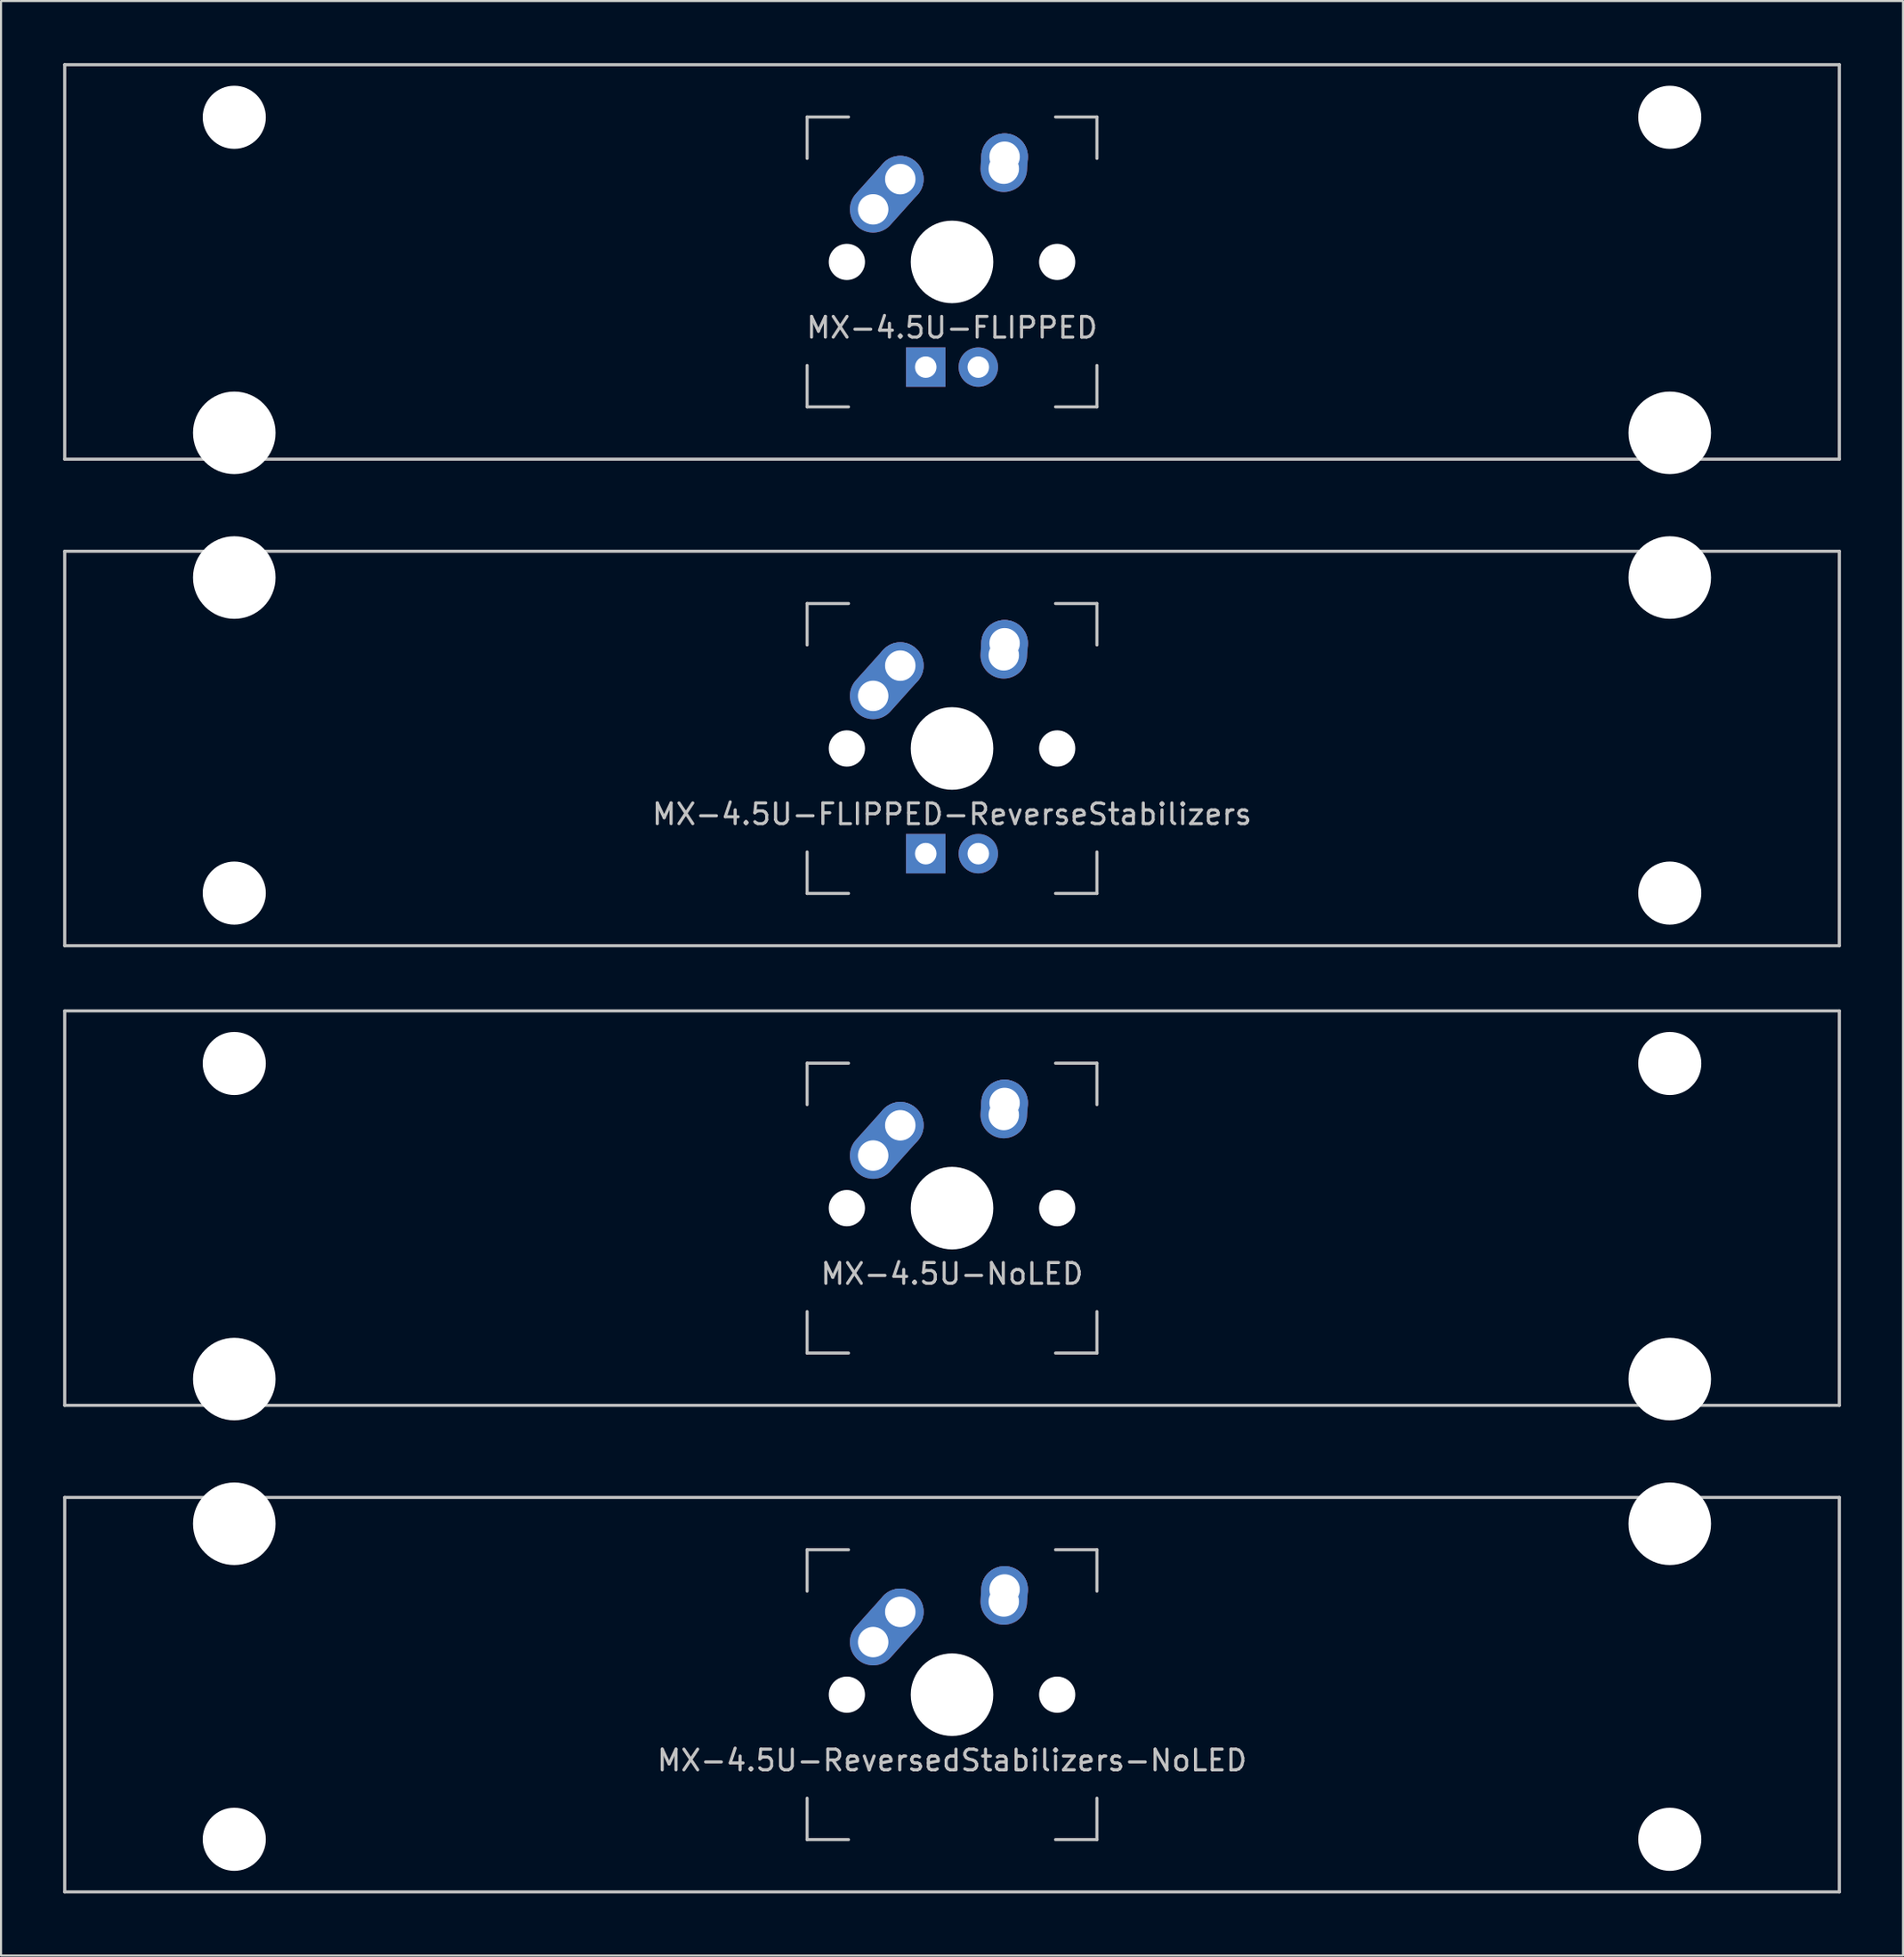
<source format=kicad_pcb>
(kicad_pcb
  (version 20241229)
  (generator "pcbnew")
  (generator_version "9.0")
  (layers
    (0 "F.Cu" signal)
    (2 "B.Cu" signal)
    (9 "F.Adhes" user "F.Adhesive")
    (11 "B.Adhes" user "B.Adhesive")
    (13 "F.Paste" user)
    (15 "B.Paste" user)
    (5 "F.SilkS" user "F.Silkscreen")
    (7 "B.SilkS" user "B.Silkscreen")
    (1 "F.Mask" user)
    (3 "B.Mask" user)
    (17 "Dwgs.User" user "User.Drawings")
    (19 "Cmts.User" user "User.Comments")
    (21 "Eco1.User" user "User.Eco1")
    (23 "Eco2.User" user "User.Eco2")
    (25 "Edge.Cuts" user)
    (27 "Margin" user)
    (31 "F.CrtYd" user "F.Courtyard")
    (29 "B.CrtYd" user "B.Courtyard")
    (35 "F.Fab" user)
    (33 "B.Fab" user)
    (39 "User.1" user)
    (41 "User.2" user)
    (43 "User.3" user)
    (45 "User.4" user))
  (footprint "MX-4.5U-ReversedStabilizers-NoLED"
    (layer "F.Cu")
    (at 42.938 78.796)
    (property "Reference" "MX-4.5U-ReversedStabilizers-NoLED" (at 0 3.175 0) (layer "Dwgs.User") (effects (font (size 1 1) (thickness 0.15))))
    (attr through_hole)
    (fp_line (start -42.862 -9.525) (end 42.862 -9.525) (stroke (width 0.15) (type solid)) (layer "Dwgs.User"))
    (fp_line (start -42.862 9.525) (end -42.862 -9.525) (stroke (width 0.15) (type solid)) (layer "Dwgs.User"))
    (fp_line (start -42.862 9.525) (end 42.862 9.525) (stroke (width 0.15) (type solid)) (layer "Dwgs.User"))
    (fp_line (start -7 -7) (end -7 -5) (stroke (width 0.15) (type solid)) (layer "Dwgs.User"))
    (fp_line (start -7 5) (end -7 7) (stroke (width 0.15) (type solid)) (layer "Dwgs.User"))
    (fp_line (start -7 7) (end -5 7) (stroke (width 0.15) (type solid)) (layer "Dwgs.User"))
    (fp_line (start -5 -7) (end -7 -7) (stroke (width 0.15) (type solid)) (layer "Dwgs.User"))
    (fp_line (start 5 -7) (end 7 -7) (stroke (width 0.15) (type solid)) (layer "Dwgs.User"))
    (fp_line (start 5 7) (end 7 7) (stroke (width 0.15) (type solid)) (layer "Dwgs.User"))
    (fp_line (start 7 -7) (end 7 -5) (stroke (width 0.15) (type solid)) (layer "Dwgs.User"))
    (fp_line (start 7 7) (end 7 5) (stroke (width 0.15) (type solid)) (layer "Dwgs.User"))
    (fp_line (start 42.862 -9.525) (end 42.862 9.525) (stroke (width 0.15) (type solid)) (layer "Dwgs.User"))
    (pad "" np_thru_hole circle (at -34.671 -8.255 180) (size 3.988 3.988) (drill 3.988) (layers "*.Cu" "*.Mask"))
    (pad "" np_thru_hole circle (at -34.671 6.985 180) (size 3.048 3.048) (drill 3.048) (layers "*.Cu" "*.Mask"))
    (pad "" np_thru_hole circle (at -5.08 0 48.1) (size 1.75 1.75) (drill 1.75) (layers "*.Cu" "*.Mask"))
    (pad "" np_thru_hole circle (at 0 0) (size 3.988 3.988) (drill 3.988) (layers "*.Cu" "*.Mask"))
    (pad "" np_thru_hole circle (at 5.08 0 48.1) (size 1.75 1.75) (drill 1.75) (layers "*.Cu" "*.Mask"))
    (pad "" np_thru_hole circle (at 34.671 -8.255 180) (size 3.988 3.988) (drill 3.988) (layers "*.Cu" "*.Mask"))
    (pad "" np_thru_hole circle (at 34.671 6.985 180) (size 3.048 3.048) (drill 3.048) (layers "*.Cu" "*.Mask"))
    (pad "1" thru_hole oval (at -3.81 -2.54 48.1) (size 4.212 2.25) (drill 1.47 (offset 0.981 0)) (layers "*.Cu" "B.Mask"))
    (pad "1" thru_hole circle (at -2.5 -4) (size 2.25 2.25) (drill 1.47) (layers "*.Cu" "B.Mask"))
    (pad "2" thru_hole oval (at 2.5 -4.5 86.055) (size 2.831 2.25) (drill 1.47 (offset 0.291 0)) (layers "*.Cu" "B.Mask"))
    (pad "2" thru_hole circle (at 2.54 -5.08) (size 2.25 2.25) (drill 1.47) (layers "*.Cu" "B.Mask")))
  (footprint "MX-4.5U-FLIPPED"
    (layer "F.Cu")
    (at 42.938 9.6)
    (property "Reference" "MX-4.5U-FLIPPED" (at 0 3.175 0) (layer "Dwgs.User") (effects (font (size 1 1) (thickness 0.15))))
    (attr through_hole)
    (fp_line (start -42.862 -9.525) (end 42.862 -9.525) (stroke (width 0.15) (type solid)) (layer "Dwgs.User"))
    (fp_line (start -42.862 9.525) (end -42.862 -9.525) (stroke (width 0.15) (type solid)) (layer "Dwgs.User"))
    (fp_line (start -42.862 9.525) (end 42.862 9.525) (stroke (width 0.15) (type solid)) (layer "Dwgs.User"))
    (fp_line (start -7 -7) (end -7 -5) (stroke (width 0.15) (type solid)) (layer "Dwgs.User"))
    (fp_line (start -7 5) (end -7 7) (stroke (width 0.15) (type solid)) (layer "Dwgs.User"))
    (fp_line (start -7 7) (end -5 7) (stroke (width 0.15) (type solid)) (layer "Dwgs.User"))
    (fp_line (start -5 -7) (end -7 -7) (stroke (width 0.15) (type solid)) (layer "Dwgs.User"))
    (fp_line (start 5 -7) (end 7 -7) (stroke (width 0.15) (type solid)) (layer "Dwgs.User"))
    (fp_line (start 5 7) (end 7 7) (stroke (width 0.15) (type solid)) (layer "Dwgs.User"))
    (fp_line (start 7 -7) (end 7 -5) (stroke (width 0.15) (type solid)) (layer "Dwgs.User"))
    (fp_line (start 7 7) (end 7 5) (stroke (width 0.15) (type solid)) (layer "Dwgs.User"))
    (fp_line (start 42.862 -9.525) (end 42.862 9.525) (stroke (width 0.15) (type solid)) (layer "Dwgs.User"))
    (pad "" np_thru_hole circle (at -34.671 -6.985) (size 3.048 3.048) (drill 3.048) (layers "*.Cu" "*.Mask"))
    (pad "" np_thru_hole circle (at -34.671 8.255) (size 3.988 3.988) (drill 3.988) (layers "*.Cu" "*.Mask"))
    (pad "" np_thru_hole circle (at -5.08 0 48.1) (size 1.75 1.75) (drill 1.75) (layers "*.Cu" "*.Mask"))
    (pad "" np_thru_hole circle (at 0 0) (size 3.988 3.988) (drill 3.988) (layers "*.Cu" "*.Mask"))
    (pad "" np_thru_hole circle (at 5.08 0 48.1) (size 1.75 1.75) (drill 1.75) (layers "*.Cu" "*.Mask"))
    (pad "" np_thru_hole circle (at 34.671 -6.985) (size 3.048 3.048) (drill 3.048) (layers "*.Cu" "*.Mask"))
    (pad "" np_thru_hole circle (at 34.671 8.255) (size 3.988 3.988) (drill 3.988) (layers "*.Cu" "*.Mask"))
    (pad "1" thru_hole oval (at -3.81 -2.54 48.1) (size 4.212 2.25) (drill 1.47 (offset 0.981 0)) (layers "*.Cu" "B.Mask"))
    (pad "1" thru_hole circle (at -2.5 -4) (size 2.25 2.25) (drill 1.47) (layers "*.Cu" "B.Mask"))
    (pad "2" thru_hole oval (at 2.5 -4.5 86.055) (size 2.831 2.25) (drill 1.47 (offset 0.291 0)) (layers "*.Cu" "B.Mask"))
    (pad "2" thru_hole circle (at 2.54 -5.08) (size 2.25 2.25) (drill 1.47) (layers "*.Cu" "B.Mask"))
    (pad "3" thru_hole circle (at 1.27 5.08) (size 1.905 1.905) (drill 1.04) (layers "*.Cu" "B.Mask"))
    (pad "4" thru_hole rect (at -1.27 5.08) (size 1.905 1.905) (drill 1.04) (layers "*.Cu" "B.Mask")))
  (footprint "MX-4.5U-NoLED"
    (layer "F.Cu")
    (at 42.938 55.298)
    (property "Reference" "MX-4.5U-NoLED" (at 0 3.175 0) (layer "Dwgs.User") (effects (font (size 1 1) (thickness 0.15))))
    (attr through_hole)
    (fp_line (start -42.862 -9.525) (end 42.862 -9.525) (stroke (width 0.15) (type solid)) (layer "Dwgs.User"))
    (fp_line (start -42.862 9.525) (end -42.862 -9.525) (stroke (width 0.15) (type solid)) (layer "Dwgs.User"))
    (fp_line (start -42.862 9.525) (end 42.862 9.525) (stroke (width 0.15) (type solid)) (layer "Dwgs.User"))
    (fp_line (start -7 -7) (end -7 -5) (stroke (width 0.15) (type solid)) (layer "Dwgs.User"))
    (fp_line (start -7 5) (end -7 7) (stroke (width 0.15) (type solid)) (layer "Dwgs.User"))
    (fp_line (start -7 7) (end -5 7) (stroke (width 0.15) (type solid)) (layer "Dwgs.User"))
    (fp_line (start -5 -7) (end -7 -7) (stroke (width 0.15) (type solid)) (layer "Dwgs.User"))
    (fp_line (start 5 -7) (end 7 -7) (stroke (width 0.15) (type solid)) (layer "Dwgs.User"))
    (fp_line (start 5 7) (end 7 7) (stroke (width 0.15) (type solid)) (layer "Dwgs.User"))
    (fp_line (start 7 -7) (end 7 -5) (stroke (width 0.15) (type solid)) (layer "Dwgs.User"))
    (fp_line (start 7 7) (end 7 5) (stroke (width 0.15) (type solid)) (layer "Dwgs.User"))
    (fp_line (start 42.862 -9.525) (end 42.862 9.525) (stroke (width 0.15) (type solid)) (layer "Dwgs.User"))
    (pad "" np_thru_hole circle (at -34.671 -6.985) (size 3.048 3.048) (drill 3.048) (layers "*.Cu" "*.Mask"))
    (pad "" np_thru_hole circle (at -34.671 8.255) (size 3.988 3.988) (drill 3.988) (layers "*.Cu" "*.Mask"))
    (pad "" np_thru_hole circle (at -5.08 0 48.1) (size 1.75 1.75) (drill 1.75) (layers "*.Cu" "*.Mask"))
    (pad "" np_thru_hole circle (at 0 0) (size 3.988 3.988) (drill 3.988) (layers "*.Cu" "*.Mask"))
    (pad "" np_thru_hole circle (at 5.08 0 48.1) (size 1.75 1.75) (drill 1.75) (layers "*.Cu" "*.Mask"))
    (pad "" np_thru_hole circle (at 34.671 -6.985) (size 3.048 3.048) (drill 3.048) (layers "*.Cu" "*.Mask"))
    (pad "" np_thru_hole circle (at 34.671 8.255) (size 3.988 3.988) (drill 3.988) (layers "*.Cu" "*.Mask"))
    (pad "1" thru_hole oval (at -3.81 -2.54 48.1) (size 4.212 2.25) (drill 1.47 (offset 0.981 0)) (layers "*.Cu" "B.Mask"))
    (pad "1" thru_hole circle (at -2.5 -4) (size 2.25 2.25) (drill 1.47) (layers "*.Cu" "B.Mask"))
    (pad "2" thru_hole oval (at 2.5 -4.5 86.055) (size 2.831 2.25) (drill 1.47 (offset 0.291 0)) (layers "*.Cu" "B.Mask"))
    (pad "2" thru_hole circle (at 2.54 -5.08) (size 2.25 2.25) (drill 1.47) (layers "*.Cu" "B.Mask")))
  (footprint "MX-4.5U-FLIPPED-ReverseStabilizers"
    (layer "F.Cu")
    (at 42.938 33.098)
    (property "Reference" "MX-4.5U-FLIPPED-ReverseStabilizers" (at 0 3.175 0) (layer "Dwgs.User") (effects (font (size 1 1) (thickness 0.15))))
    (attr through_hole)
    (fp_line (start -42.862 -9.525) (end 42.862 -9.525) (stroke (width 0.15) (type solid)) (layer "Dwgs.User"))
    (fp_line (start -42.862 9.525) (end -42.862 -9.525) (stroke (width 0.15) (type solid)) (layer "Dwgs.User"))
    (fp_line (start -42.862 9.525) (end 42.862 9.525) (stroke (width 0.15) (type solid)) (layer "Dwgs.User"))
    (fp_line (start -7 -7) (end -7 -5) (stroke (width 0.15) (type solid)) (layer "Dwgs.User"))
    (fp_line (start -7 5) (end -7 7) (stroke (width 0.15) (type solid)) (layer "Dwgs.User"))
    (fp_line (start -7 7) (end -5 7) (stroke (width 0.15) (type solid)) (layer "Dwgs.User"))
    (fp_line (start -5 -7) (end -7 -7) (stroke (width 0.15) (type solid)) (layer "Dwgs.User"))
    (fp_line (start 5 -7) (end 7 -7) (stroke (width 0.15) (type solid)) (layer "Dwgs.User"))
    (fp_line (start 5 7) (end 7 7) (stroke (width 0.15) (type solid)) (layer "Dwgs.User"))
    (fp_line (start 7 -7) (end 7 -5) (stroke (width 0.15) (type solid)) (layer "Dwgs.User"))
    (fp_line (start 7 7) (end 7 5) (stroke (width 0.15) (type solid)) (layer "Dwgs.User"))
    (fp_line (start 42.862 -9.525) (end 42.862 9.525) (stroke (width 0.15) (type solid)) (layer "Dwgs.User"))
    (pad "" np_thru_hole circle (at -34.671 -8.255 180) (size 3.988 3.988) (drill 3.988) (layers "*.Cu" "*.Mask"))
    (pad "" np_thru_hole circle (at -34.671 6.985 180) (size 3.048 3.048) (drill 3.048) (layers "*.Cu" "*.Mask"))
    (pad "" np_thru_hole circle (at -5.08 0 48.1) (size 1.75 1.75) (drill 1.75) (layers "*.Cu" "*.Mask"))
    (pad "" np_thru_hole circle (at 0 0) (size 3.988 3.988) (drill 3.988) (layers "*.Cu" "*.Mask"))
    (pad "" np_thru_hole circle (at 5.08 0 48.1) (size 1.75 1.75) (drill 1.75) (layers "*.Cu" "*.Mask"))
    (pad "" np_thru_hole circle (at 34.671 -8.255 180) (size 3.988 3.988) (drill 3.988) (layers "*.Cu" "*.Mask"))
    (pad "" np_thru_hole circle (at 34.671 6.985 180) (size 3.048 3.048) (drill 3.048) (layers "*.Cu" "*.Mask"))
    (pad "1" thru_hole oval (at -3.81 -2.54 48.1) (size 4.212 2.25) (drill 1.47 (offset 0.981 0)) (layers "*.Cu" "B.Mask"))
    (pad "1" thru_hole circle (at -2.5 -4) (size 2.25 2.25) (drill 1.47) (layers "*.Cu" "B.Mask"))
    (pad "2" thru_hole oval (at 2.5 -4.5 86.055) (size 2.831 2.25) (drill 1.47 (offset 0.291 0)) (layers "*.Cu" "B.Mask"))
    (pad "2" thru_hole circle (at 2.54 -5.08) (size 2.25 2.25) (drill 1.47) (layers "*.Cu" "B.Mask"))
    (pad "3" thru_hole circle (at 1.27 5.08) (size 1.905 1.905) (drill 1.04) (layers "*.Cu" "B.Mask"))
    (pad "4" thru_hole rect (at -1.27 5.08) (size 1.905 1.905) (drill 1.04) (layers "*.Cu" "B.Mask")))
  (gr_rect
    (start -3 -3)
    (end 88.875 91.396)
    (stroke (width 0.1) (type default))
    (fill no)
    (layer "Edge.Cuts")))
</source>
